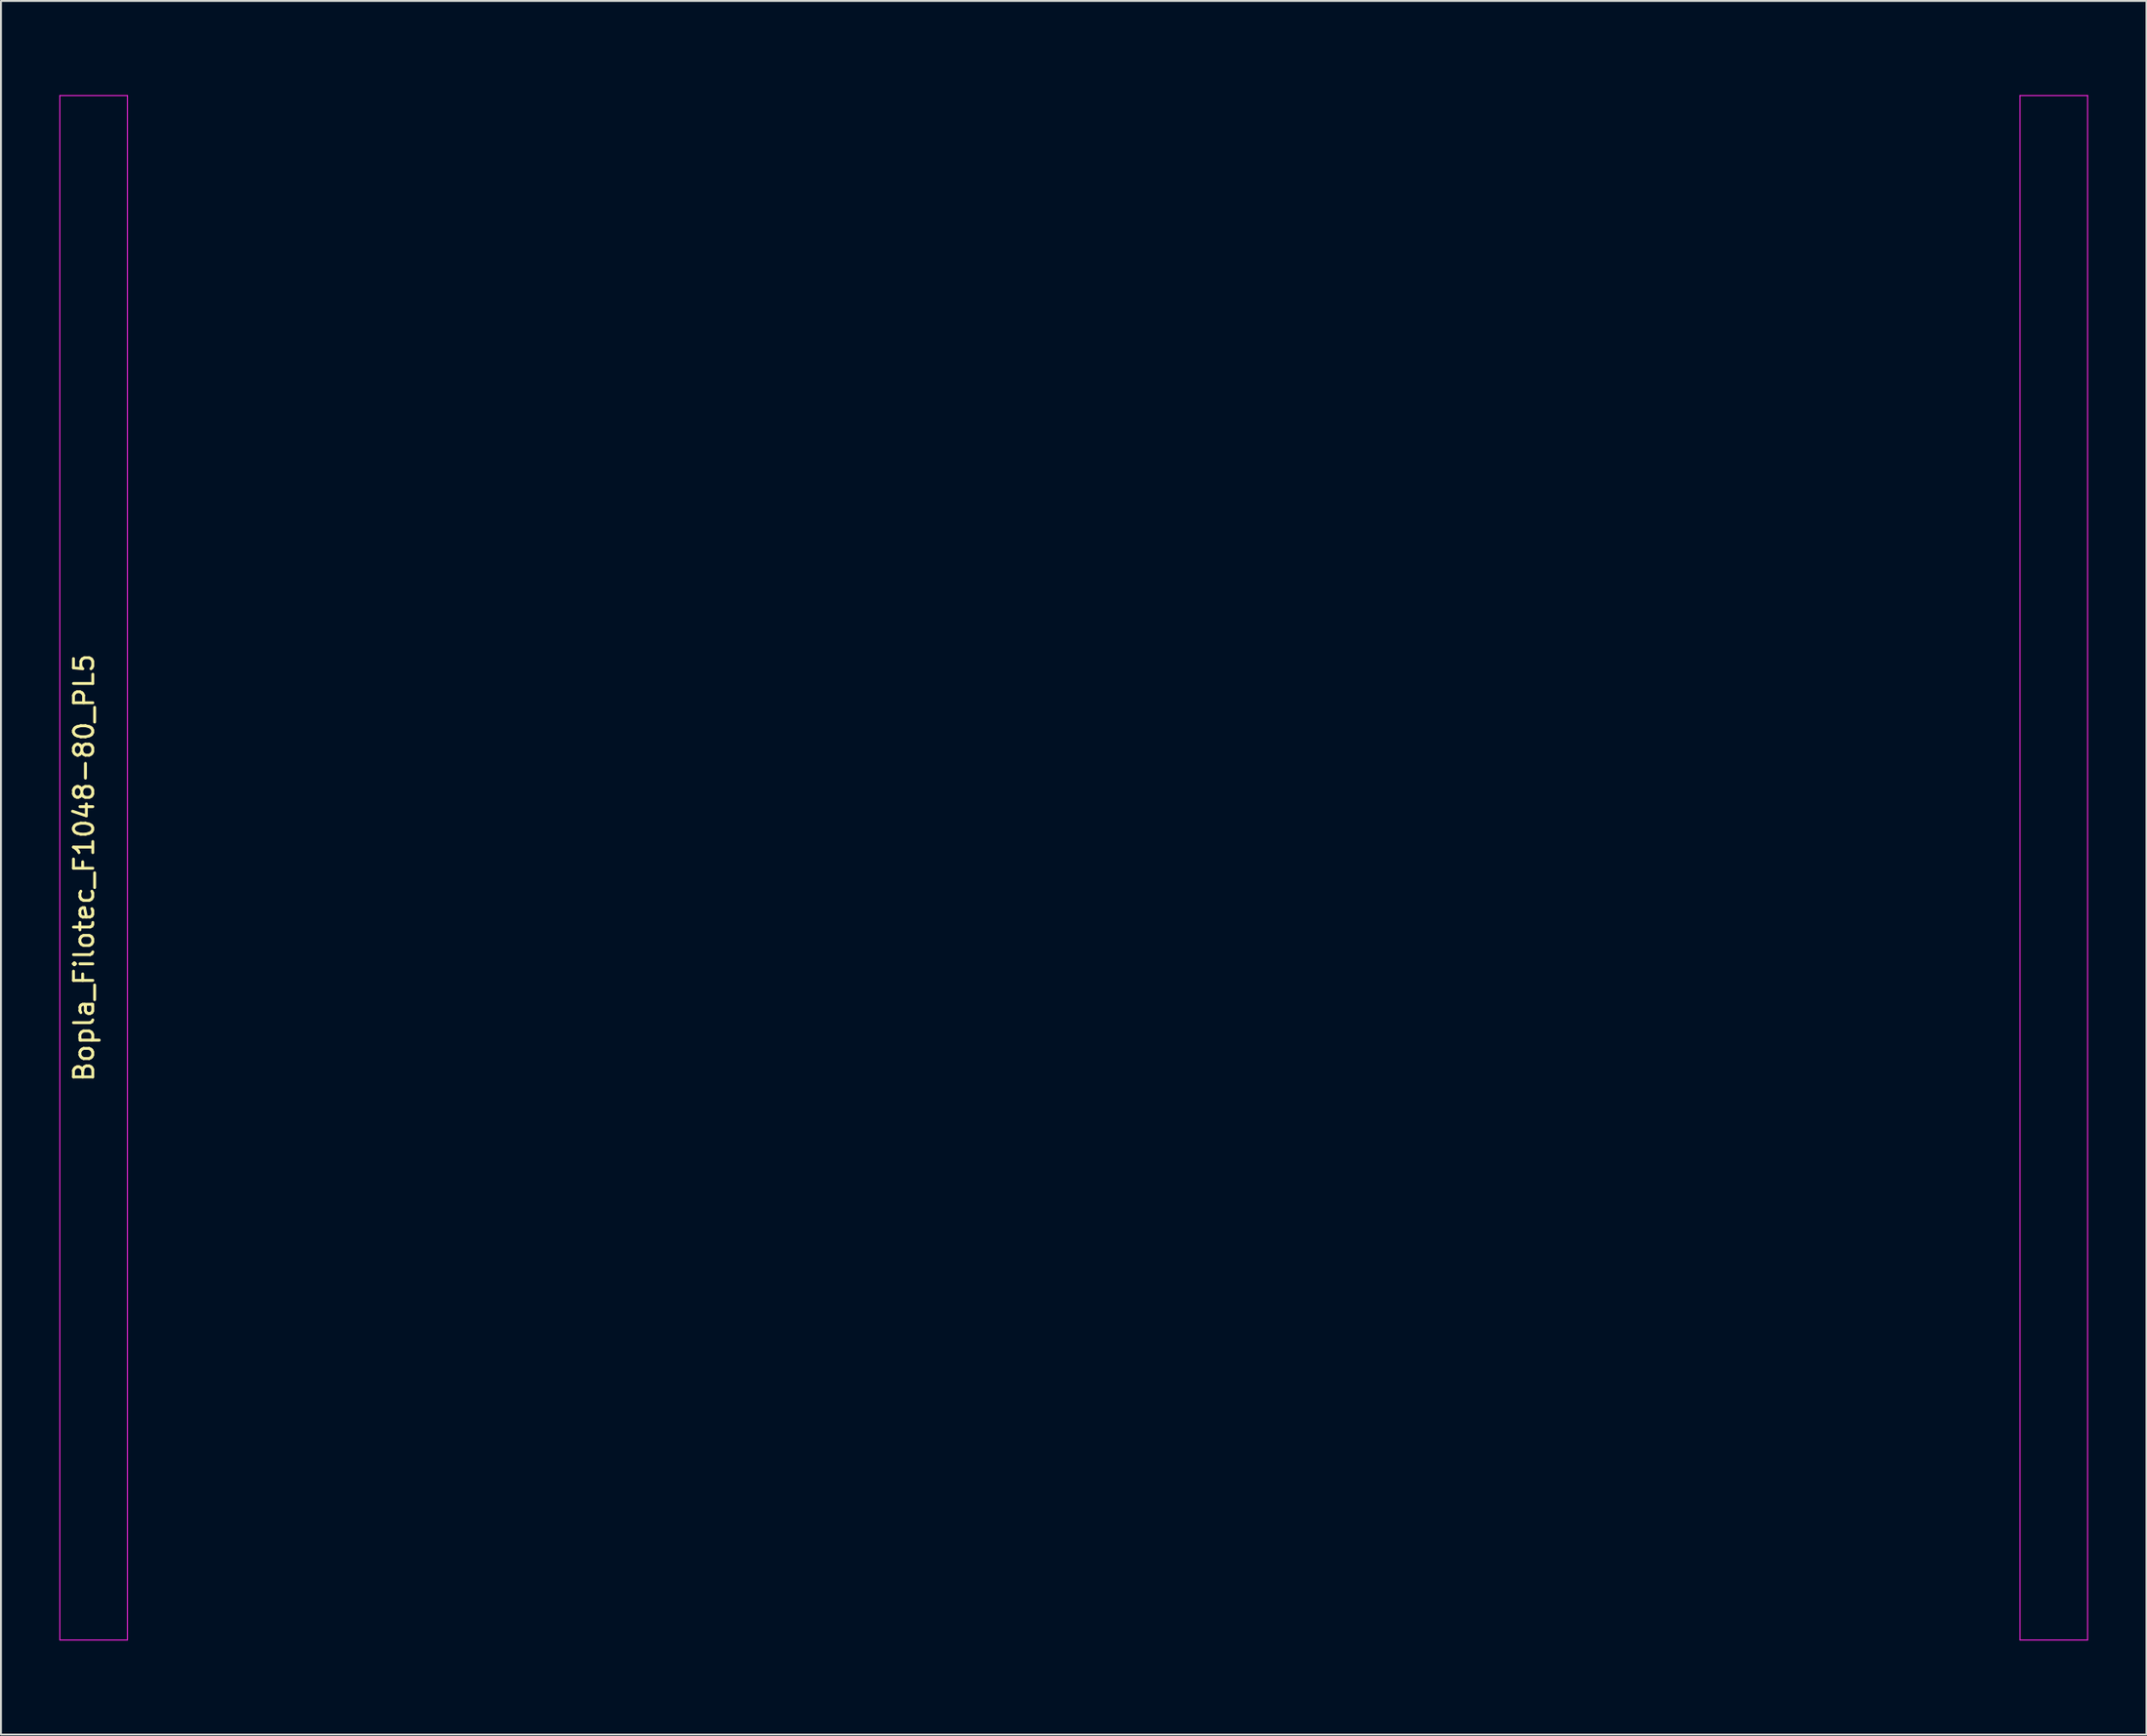
<source format=kicad_pcb>
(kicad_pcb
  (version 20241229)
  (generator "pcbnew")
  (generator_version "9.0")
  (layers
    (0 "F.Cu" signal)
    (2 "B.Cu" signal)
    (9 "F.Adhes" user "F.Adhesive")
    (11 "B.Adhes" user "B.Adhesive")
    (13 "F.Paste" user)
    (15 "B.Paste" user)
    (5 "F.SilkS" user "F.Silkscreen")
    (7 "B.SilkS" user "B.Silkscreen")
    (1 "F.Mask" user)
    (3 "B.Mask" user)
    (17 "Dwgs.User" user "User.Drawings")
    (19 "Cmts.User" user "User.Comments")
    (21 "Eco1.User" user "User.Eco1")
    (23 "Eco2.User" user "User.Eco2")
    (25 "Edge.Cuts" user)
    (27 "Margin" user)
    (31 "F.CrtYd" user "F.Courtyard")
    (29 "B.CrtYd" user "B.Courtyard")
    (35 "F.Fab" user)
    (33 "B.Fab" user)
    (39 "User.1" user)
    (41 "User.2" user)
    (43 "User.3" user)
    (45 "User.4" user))
  (footprint "Bopla_Filotec_F1048-80_PL5"
    (layer "F.Cu")
    (at 52.55 41.9)
    (property "Reference" "Bopla_Filotec_F1048-80_PL5" (at -51.25 0 90) (layer "F.SilkS") (effects (font (size 1 1) (thickness 0.15))))
    (attr exclude_from_pos_files exclude_from_bom)
    (fp_line (start -52.5 -40) (end -52.5 40) (stroke (width 0.1) (type solid)) (layer "Eco1.User"))
    (fp_line (start -52.5 -40) (end -50.25 -40) (stroke (width 0.1) (type solid)) (layer "Eco1.User"))
    (fp_line (start -52.5 40) (end -50.25 40) (stroke (width 0.1) (type solid)) (layer "Eco1.User"))
    (fp_line (start -51.25 -41.5) (end -51.25 -41.85) (stroke (width 0.1) (type solid)) (layer "Eco1.User"))
    (fp_line (start -51.25 -41.5) (end -51 -41.25) (stroke (width 0.1) (type solid)) (layer "Eco1.User"))
    (fp_line (start -51.25 41.5) (end -51.25 41.85) (stroke (width 0.1) (type solid)) (layer "Eco1.User"))
    (fp_line (start -51.25 41.5) (end -51 41.25) (stroke (width 0.1) (type solid)) (layer "Eco1.User"))
    (fp_line (start -50.75 -41) (end -50.5 -40.75) (stroke (width 0.1) (type solid)) (layer "Eco1.User"))
    (fp_line (start -50.75 41) (end -50.5 40.75) (stroke (width 0.1) (type solid)) (layer "Eco1.User"))
    (fp_line (start -50.6 -41.85) (end -50.85 -41.85) (stroke (width 0.1) (type solid)) (layer "Eco1.User"))
    (fp_line (start -50.6 -41.5) (end -50.85 -41.5) (stroke (width 0.1) (type solid)) (layer "Eco1.User"))
    (fp_line (start -50.6 41.5) (end -50.85 41.5) (stroke (width 0.1) (type solid)) (layer "Eco1.User"))
    (fp_line (start -50.6 41.85) (end -50.85 41.85) (stroke (width 0.1) (type solid)) (layer "Eco1.User"))
    (fp_line (start -50.25 -40.5) (end -50 -40.25) (stroke (width 0.1) (type solid)) (layer "Eco1.User"))
    (fp_line (start -50.25 -40) (end -50.25 40) (stroke (width 0.1) (type solid)) (layer "Eco1.User"))
    (fp_line (start -50.25 40.5) (end -50 40.25) (stroke (width 0.1) (type solid)) (layer "Eco1.User"))
    (fp_line (start -50.1 -41.85) (end -50.35 -41.85) (stroke (width 0.1) (type solid)) (layer "Eco1.User"))
    (fp_line (start -50.1 -41.5) (end -50.35 -41.5) (stroke (width 0.1) (type solid)) (layer "Eco1.User"))
    (fp_line (start -50.1 41.5) (end -50.35 41.5) (stroke (width 0.1) (type solid)) (layer "Eco1.User"))
    (fp_line (start -50.1 41.85) (end -50.35 41.85) (stroke (width 0.1) (type solid)) (layer "Eco1.User"))
    (fp_line (start -49.75 -40) (end -49.5 -39.75) (stroke (width 0.1) (type solid)) (layer "Eco1.User"))
    (fp_line (start -49.75 40) (end -49.5 39.75) (stroke (width 0.1) (type solid)) (layer "Eco1.User"))
    (fp_line (start -49.6 -41.85) (end -49.85 -41.85) (stroke (width 0.1) (type solid)) (layer "Eco1.User"))
    (fp_line (start -49.6 -41.5) (end -49.85 -41.5) (stroke (width 0.1) (type solid)) (layer "Eco1.User"))
    (fp_line (start -49.6 41.5) (end -49.85 41.5) (stroke (width 0.1) (type solid)) (layer "Eco1.User"))
    (fp_line (start -49.6 41.85) (end -49.85 41.85) (stroke (width 0.1) (type solid)) (layer "Eco1.User"))
    (fp_line (start -49.5 -39.6) (end -49.5 -39.35) (stroke (width 0.1) (type solid)) (layer "Eco1.User"))
    (fp_line (start -49.5 -39.1) (end -49.5 -38.85) (stroke (width 0.1) (type solid)) (layer "Eco1.User"))
    (fp_line (start -49.5 -38.6) (end -49.5 -38.35) (stroke (width 0.1) (type solid)) (layer "Eco1.User"))
    (fp_line (start -49.5 -38.1) (end -49.5 -37.85) (stroke (width 0.1) (type solid)) (layer "Eco1.User"))
    (fp_line (start -49.5 -37.6) (end -49.5 -37.35) (stroke (width 0.1) (type solid)) (layer "Eco1.User"))
    (fp_line (start -49.5 -37.1) (end -49.5 -36.85) (stroke (width 0.1) (type solid)) (layer "Eco1.User"))
    (fp_line (start -49.5 -36.6) (end -49.5 -36.35) (stroke (width 0.1) (type solid)) (layer "Eco1.User"))
    (fp_line (start -49.5 -36.1) (end -49.5 -35.85) (stroke (width 0.1) (type solid)) (layer "Eco1.User"))
    (fp_line (start -49.5 -35.6) (end -49.5 -35.35) (stroke (width 0.1) (type solid)) (layer "Eco1.User"))
    (fp_line (start -49.5 -35.1) (end -49.5 -34.85) (stroke (width 0.1) (type solid)) (layer "Eco1.User"))
    (fp_line (start -49.5 -34.6) (end -49.5 -34.35) (stroke (width 0.1) (type solid)) (layer "Eco1.User"))
    (fp_line (start -49.5 -34.1) (end -49.25 -33.85) (stroke (width 0.1) (type solid)) (layer "Eco1.User"))
    (fp_line (start -49.5 34.1) (end -49.25 33.85) (stroke (width 0.1) (type solid)) (layer "Eco1.User"))
    (fp_line (start -49.5 34.6) (end -49.5 34.35) (stroke (width 0.1) (type solid)) (layer "Eco1.User"))
    (fp_line (start -49.5 35.1) (end -49.5 34.85) (stroke (width 0.1) (type solid)) (layer "Eco1.User"))
    (fp_line (start -49.5 35.6) (end -49.5 35.35) (stroke (width 0.1) (type solid)) (layer "Eco1.User"))
    (fp_line (start -49.5 36.1) (end -49.5 35.85) (stroke (width 0.1) (type solid)) (layer "Eco1.User"))
    (fp_line (start -49.5 36.6) (end -49.5 36.35) (stroke (width 0.1) (type solid)) (layer "Eco1.User"))
    (fp_line (start -49.5 37.1) (end -49.5 36.85) (stroke (width 0.1) (type solid)) (layer "Eco1.User"))
    (fp_line (start -49.5 37.6) (end -49.5 37.35) (stroke (width 0.1) (type solid)) (layer "Eco1.User"))
    (fp_line (start -49.5 38.1) (end -49.5 37.85) (stroke (width 0.1) (type solid)) (layer "Eco1.User"))
    (fp_line (start -49.5 38.6) (end -49.5 38.35) (stroke (width 0.1) (type solid)) (layer "Eco1.User"))
    (fp_line (start -49.5 39.1) (end -49.5 38.85) (stroke (width 0.1) (type solid)) (layer "Eco1.User"))
    (fp_line (start -49.5 39.6) (end -49.5 39.35) (stroke (width 0.1) (type solid)) (layer "Eco1.User"))
    (fp_line (start -49.1 -41.85) (end -49.35 -41.85) (stroke (width 0.1) (type solid)) (layer "Eco1.User"))
    (fp_line (start -49.1 -41.5) (end -49.35 -41.5) (stroke (width 0.1) (type solid)) (layer "Eco1.User"))
    (fp_line (start -49.1 41.5) (end -49.35 41.5) (stroke (width 0.1) (type solid)) (layer "Eco1.User"))
    (fp_line (start -49.1 41.85) (end -49.35 41.85) (stroke (width 0.1) (type solid)) (layer "Eco1.User"))
    (fp_line (start -49 -40) (end -46.5 -40) (stroke (width 0.1) (type solid)) (layer "Eco1.User"))
    (fp_line (start -49 40) (end -49 -40) (stroke (width 0.1) (type solid)) (layer "Eco1.User"))
    (fp_line (start -49 40) (end -46.5 40) (stroke (width 0.1) (type solid)) (layer "Eco1.User"))
    (fp_line (start -48.6 -41.85) (end -48.85 -41.85) (stroke (width 0.1) (type solid)) (layer "Eco1.User"))
    (fp_line (start -48.6 -41.5) (end -48.85 -41.5) (stroke (width 0.1) (type solid)) (layer "Eco1.User"))
    (fp_line (start -48.6 41.5) (end -48.85 41.5) (stroke (width 0.1) (type solid)) (layer "Eco1.User"))
    (fp_line (start -48.6 41.85) (end -48.85 41.85) (stroke (width 0.1) (type solid)) (layer "Eco1.User"))
    (fp_line (start -48.15 -41.85) (end -48.4 -41.85) (stroke (width 0.1) (type solid)) (layer "Eco1.User"))
    (fp_line (start -48.15 -41.5) (end -48.4 -41.5) (stroke (width 0.1) (type solid)) (layer "Eco1.User"))
    (fp_line (start -48.15 41.5) (end -48.4 41.5) (stroke (width 0.1) (type solid)) (layer "Eco1.User"))
    (fp_line (start -48.15 41.85) (end -48.4 41.85) (stroke (width 0.1) (type solid)) (layer "Eco1.User"))
    (fp_line (start -47.65 -41.85) (end -47.9 -41.85) (stroke (width 0.1) (type solid)) (layer "Eco1.User"))
    (fp_line (start -47.65 -41.5) (end -47.9 -41.5) (stroke (width 0.1) (type solid)) (layer "Eco1.User"))
    (fp_line (start -47.65 41.5) (end -47.9 41.5) (stroke (width 0.1) (type solid)) (layer "Eco1.User"))
    (fp_line (start -47.65 41.85) (end -47.9 41.85) (stroke (width 0.1) (type solid)) (layer "Eco1.User"))
    (fp_line (start -47.5 -39.6) (end -47.5 -39.35) (stroke (width 0.1) (type solid)) (layer "Eco1.User"))
    (fp_line (start -47.5 -39.1) (end -47.5 -38.85) (stroke (width 0.1) (type solid)) (layer "Eco1.User"))
    (fp_line (start -47.5 -38.6) (end -47.5 -38.35) (stroke (width 0.1) (type solid)) (layer "Eco1.User"))
    (fp_line (start -47.5 -38.1) (end -47.5 -37.85) (stroke (width 0.1) (type solid)) (layer "Eco1.User"))
    (fp_line (start -47.5 -37.6) (end -47.5 -37.35) (stroke (width 0.1) (type solid)) (layer "Eco1.User"))
    (fp_line (start -47.5 -37.1) (end -47.5 -36.85) (stroke (width 0.1) (type solid)) (layer "Eco1.User"))
    (fp_line (start -47.5 -36.6) (end -47.5 -36.35) (stroke (width 0.1) (type solid)) (layer "Eco1.User"))
    (fp_line (start -47.5 -36.1) (end -47.5 -35.85) (stroke (width 0.1) (type solid)) (layer "Eco1.User"))
    (fp_line (start -47.5 -35.6) (end -47.5 -35.35) (stroke (width 0.1) (type solid)) (layer "Eco1.User"))
    (fp_line (start -47.5 -35.1) (end -47.5 -34.85) (stroke (width 0.1) (type solid)) (layer "Eco1.User"))
    (fp_line (start -47.5 -34.6) (end -47.5 -34.35) (stroke (width 0.1) (type solid)) (layer "Eco1.User"))
    (fp_line (start -47.5 -34.1) (end -47.75 -33.85) (stroke (width 0.1) (type solid)) (layer "Eco1.User"))
    (fp_line (start -47.5 34.1) (end -47.75 33.85) (stroke (width 0.1) (type solid)) (layer "Eco1.User"))
    (fp_line (start -47.5 34.6) (end -47.5 34.35) (stroke (width 0.1) (type solid)) (layer "Eco1.User"))
    (fp_line (start -47.5 35.1) (end -47.5 34.85) (stroke (width 0.1) (type solid)) (layer "Eco1.User"))
    (fp_line (start -47.5 35.6) (end -47.5 35.35) (stroke (width 0.1) (type solid)) (layer "Eco1.User"))
    (fp_line (start -47.5 36.1) (end -47.5 35.85) (stroke (width 0.1) (type solid)) (layer "Eco1.User"))
    (fp_line (start -47.5 36.6) (end -47.5 36.35) (stroke (width 0.1) (type solid)) (layer "Eco1.User"))
    (fp_line (start -47.5 37.1) (end -47.5 36.85) (stroke (width 0.1) (type solid)) (layer "Eco1.User"))
    (fp_line (start -47.5 37.6) (end -47.5 37.35) (stroke (width 0.1) (type solid)) (layer "Eco1.User"))
    (fp_line (start -47.5 38.1) (end -47.5 37.85) (stroke (width 0.1) (type solid)) (layer "Eco1.User"))
    (fp_line (start -47.5 38.6) (end -47.5 38.35) (stroke (width 0.1) (type solid)) (layer "Eco1.User"))
    (fp_line (start -47.5 39.1) (end -47.5 38.85) (stroke (width 0.1) (type solid)) (layer "Eco1.User"))
    (fp_line (start -47.5 39.6) (end -47.5 39.35) (stroke (width 0.1) (type solid)) (layer "Eco1.User"))
    (fp_line (start -47.25 -40) (end -47.5 -39.75) (stroke (width 0.1) (type solid)) (layer "Eco1.User"))
    (fp_line (start -47.25 40) (end -47.5 39.75) (stroke (width 0.1) (type solid)) (layer "Eco1.User"))
    (fp_line (start -47.15 -41.85) (end -47.4 -41.85) (stroke (width 0.1) (type solid)) (layer "Eco1.User"))
    (fp_line (start -47.15 -41.5) (end -47.4 -41.5) (stroke (width 0.1) (type solid)) (layer "Eco1.User"))
    (fp_line (start -47.15 41.5) (end -47.4 41.5) (stroke (width 0.1) (type solid)) (layer "Eco1.User"))
    (fp_line (start -47.15 41.85) (end -47.4 41.85) (stroke (width 0.1) (type solid)) (layer "Eco1.User"))
    (fp_line (start -46.75 -40.5) (end -47 -40.25) (stroke (width 0.1) (type solid)) (layer "Eco1.User"))
    (fp_line (start -46.75 40.5) (end -47 40.25) (stroke (width 0.1) (type solid)) (layer "Eco1.User"))
    (fp_line (start -46.65 -41.85) (end -46.9 -41.85) (stroke (width 0.1) (type solid)) (layer "Eco1.User"))
    (fp_line (start -46.65 -41.5) (end -46.9 -41.5) (stroke (width 0.1) (type solid)) (layer "Eco1.User"))
    (fp_line (start -46.65 41.5) (end -46.9 41.5) (stroke (width 0.1) (type solid)) (layer "Eco1.User"))
    (fp_line (start -46.65 41.85) (end -46.9 41.85) (stroke (width 0.1) (type solid)) (layer "Eco1.User"))
    (fp_line (start -46.5 40) (end -46.5 -40) (stroke (width 0.1) (type solid)) (layer "Eco1.User"))
    (fp_line (start -46.5 40) (end 46.5 40) (stroke (width 0.1) (type solid)) (layer "Eco1.User"))
    (fp_line (start -46.25 -41) (end -46.5 -40.75) (stroke (width 0.1) (type solid)) (layer "Eco1.User"))
    (fp_line (start -46.25 41) (end -46.5 40.75) (stroke (width 0.1) (type solid)) (layer "Eco1.User"))
    (fp_line (start -46.15 -41.85) (end -46.4 -41.85) (stroke (width 0.1) (type solid)) (layer "Eco1.User"))
    (fp_line (start -46.15 -41.5) (end -46.4 -41.5) (stroke (width 0.1) (type solid)) (layer "Eco1.User"))
    (fp_line (start -46.15 41.5) (end -46.4 41.5) (stroke (width 0.1) (type solid)) (layer "Eco1.User"))
    (fp_line (start -46.15 41.85) (end -46.4 41.85) (stroke (width 0.1) (type solid)) (layer "Eco1.User"))
    (fp_line (start -45.75 -41.5) (end -46 -41.25) (stroke (width 0.1) (type solid)) (layer "Eco1.User"))
    (fp_line (start -45.75 -41.5) (end -45.75 -41.85) (stroke (width 0.1) (type solid)) (layer "Eco1.User"))
    (fp_line (start -45.75 41.5) (end -46 41.25) (stroke (width 0.1) (type solid)) (layer "Eco1.User"))
    (fp_line (start -45.75 41.5) (end -45.75 41.85) (stroke (width 0.1) (type solid)) (layer "Eco1.User"))
    (fp_line (start 45.75 -41.5) (end 45.75 -41.85) (stroke (width 0.1) (type solid)) (layer "Eco1.User"))
    (fp_line (start 45.75 -41.5) (end 46 -41.25) (stroke (width 0.1) (type solid)) (layer "Eco1.User"))
    (fp_line (start 45.75 41.5) (end 45.75 41.85) (stroke (width 0.1) (type solid)) (layer "Eco1.User"))
    (fp_line (start 45.75 41.5) (end 46 41.25) (stroke (width 0.1) (type solid)) (layer "Eco1.User"))
    (fp_line (start 46.25 -41) (end 46.5 -40.75) (stroke (width 0.1) (type solid)) (layer "Eco1.User"))
    (fp_line (start 46.25 41) (end 46.5 40.75) (stroke (width 0.1) (type solid)) (layer "Eco1.User"))
    (fp_line (start 46.4 -41.85) (end 46.15 -41.85) (stroke (width 0.1) (type solid)) (layer "Eco1.User"))
    (fp_line (start 46.4 -41.5) (end 46.15 -41.5) (stroke (width 0.1) (type solid)) (layer "Eco1.User"))
    (fp_line (start 46.4 41.5) (end 46.15 41.5) (stroke (width 0.1) (type solid)) (layer "Eco1.User"))
    (fp_line (start 46.4 41.85) (end 46.15 41.85) (stroke (width 0.1) (type solid)) (layer "Eco1.User"))
    (fp_line (start 46.5 -40) (end -46.5 -40) (stroke (width 0.1) (type solid)) (layer "Eco1.User"))
    (fp_line (start 46.5 -40) (end 46.5 40) (stroke (width 0.1) (type solid)) (layer "Eco1.User"))
    (fp_line (start 46.75 -40.5) (end 47 -40.25) (stroke (width 0.1) (type solid)) (layer "Eco1.User"))
    (fp_line (start 46.75 40.5) (end 47 40.25) (stroke (width 0.1) (type solid)) (layer "Eco1.User"))
    (fp_line (start 46.9 -41.85) (end 46.65 -41.85) (stroke (width 0.1) (type solid)) (layer "Eco1.User"))
    (fp_line (start 46.9 -41.5) (end 46.65 -41.5) (stroke (width 0.1) (type solid)) (layer "Eco1.User"))
    (fp_line (start 46.9 41.5) (end 46.65 41.5) (stroke (width 0.1) (type solid)) (layer "Eco1.User"))
    (fp_line (start 46.9 41.85) (end 46.65 41.85) (stroke (width 0.1) (type solid)) (layer "Eco1.User"))
    (fp_line (start 47.25 -40) (end 47.5 -39.75) (stroke (width 0.1) (type solid)) (layer "Eco1.User"))
    (fp_line (start 47.25 40) (end 47.5 39.75) (stroke (width 0.1) (type solid)) (layer "Eco1.User"))
    (fp_line (start 47.4 -41.85) (end 47.15 -41.85) (stroke (width 0.1) (type solid)) (layer "Eco1.User"))
    (fp_line (start 47.4 -41.5) (end 47.15 -41.5) (stroke (width 0.1) (type solid)) (layer "Eco1.User"))
    (fp_line (start 47.4 41.5) (end 47.15 41.5) (stroke (width 0.1) (type solid)) (layer "Eco1.User"))
    (fp_line (start 47.4 41.85) (end 47.15 41.85) (stroke (width 0.1) (type solid)) (layer "Eco1.User"))
    (fp_line (start 47.5 -39.6) (end 47.5 -39.35) (stroke (width 0.1) (type solid)) (layer "Eco1.User"))
    (fp_line (start 47.5 -39.1) (end 47.5 -38.85) (stroke (width 0.1) (type solid)) (layer "Eco1.User"))
    (fp_line (start 47.5 -38.6) (end 47.5 -38.35) (stroke (width 0.1) (type solid)) (layer "Eco1.User"))
    (fp_line (start 47.5 -38.1) (end 47.5 -37.85) (stroke (width 0.1) (type solid)) (layer "Eco1.User"))
    (fp_line (start 47.5 -37.6) (end 47.5 -37.35) (stroke (width 0.1) (type solid)) (layer "Eco1.User"))
    (fp_line (start 47.5 -37.1) (end 47.5 -36.85) (stroke (width 0.1) (type solid)) (layer "Eco1.User"))
    (fp_line (start 47.5 -36.6) (end 47.5 -36.35) (stroke (width 0.1) (type solid)) (layer "Eco1.User"))
    (fp_line (start 47.5 -36.1) (end 47.5 -35.85) (stroke (width 0.1) (type solid)) (layer "Eco1.User"))
    (fp_line (start 47.5 -35.6) (end 47.5 -35.35) (stroke (width 0.1) (type solid)) (layer "Eco1.User"))
    (fp_line (start 47.5 -35.1) (end 47.5 -34.85) (stroke (width 0.1) (type solid)) (layer "Eco1.User"))
    (fp_line (start 47.5 -34.6) (end 47.5 -34.35) (stroke (width 0.1) (type solid)) (layer "Eco1.User"))
    (fp_line (start 47.5 -34.1) (end 47.75 -33.85) (stroke (width 0.1) (type solid)) (layer "Eco1.User"))
    (fp_line (start 47.5 34.1) (end 47.75 33.85) (stroke (width 0.1) (type solid)) (layer "Eco1.User"))
    (fp_line (start 47.5 34.6) (end 47.5 34.35) (stroke (width 0.1) (type solid)) (layer "Eco1.User"))
    (fp_line (start 47.5 35.1) (end 47.5 34.85) (stroke (width 0.1) (type solid)) (layer "Eco1.User"))
    (fp_line (start 47.5 35.6) (end 47.5 35.35) (stroke (width 0.1) (type solid)) (layer "Eco1.User"))
    (fp_line (start 47.5 36.1) (end 47.5 35.85) (stroke (width 0.1) (type solid)) (layer "Eco1.User"))
    (fp_line (start 47.5 36.6) (end 47.5 36.35) (stroke (width 0.1) (type solid)) (layer "Eco1.User"))
    (fp_line (start 47.5 37.1) (end 47.5 36.85) (stroke (width 0.1) (type solid)) (layer "Eco1.User"))
    (fp_line (start 47.5 37.6) (end 47.5 37.35) (stroke (width 0.1) (type solid)) (layer "Eco1.User"))
    (fp_line (start 47.5 38.1) (end 47.5 37.85) (stroke (width 0.1) (type solid)) (layer "Eco1.User"))
    (fp_line (start 47.5 38.6) (end 47.5 38.35) (stroke (width 0.1) (type solid)) (layer "Eco1.User"))
    (fp_line (start 47.5 39.1) (end 47.5 38.85) (stroke (width 0.1) (type solid)) (layer "Eco1.User"))
    (fp_line (start 47.5 39.6) (end 47.5 39.35) (stroke (width 0.1) (type solid)) (layer "Eco1.User"))
    (fp_line (start 47.9 -41.85) (end 47.65 -41.85) (stroke (width 0.1) (type solid)) (layer "Eco1.User"))
    (fp_line (start 47.9 -41.5) (end 47.65 -41.5) (stroke (width 0.1) (type solid)) (layer "Eco1.User"))
    (fp_line (start 47.9 41.5) (end 47.65 41.5) (stroke (width 0.1) (type solid)) (layer "Eco1.User"))
    (fp_line (start 47.9 41.85) (end 47.65 41.85) (stroke (width 0.1) (type solid)) (layer "Eco1.User"))
    (fp_line (start 48.4 -41.85) (end 48.15 -41.85) (stroke (width 0.1) (type solid)) (layer "Eco1.User"))
    (fp_line (start 48.4 -41.5) (end 48.15 -41.5) (stroke (width 0.1) (type solid)) (layer "Eco1.User"))
    (fp_line (start 48.4 41.5) (end 48.15 41.5) (stroke (width 0.1) (type solid)) (layer "Eco1.User"))
    (fp_line (start 48.4 41.85) (end 48.15 41.85) (stroke (width 0.1) (type solid)) (layer "Eco1.User"))
    (fp_line (start 48.85 -41.85) (end 48.6 -41.85) (stroke (width 0.1) (type solid)) (layer "Eco1.User"))
    (fp_line (start 48.85 -41.5) (end 48.6 -41.5) (stroke (width 0.1) (type solid)) (layer "Eco1.User"))
    (fp_line (start 48.85 41.5) (end 48.6 41.5) (stroke (width 0.1) (type solid)) (layer "Eco1.User"))
    (fp_line (start 48.85 41.85) (end 48.6 41.85) (stroke (width 0.1) (type solid)) (layer "Eco1.User"))
    (fp_line (start 49 -40) (end 46.5 -40) (stroke (width 0.1) (type solid)) (layer "Eco1.User"))
    (fp_line (start 49 -40) (end 49 40) (stroke (width 0.1) (type solid)) (layer "Eco1.User"))
    (fp_line (start 49 40) (end 46.5 40) (stroke (width 0.1) (type solid)) (layer "Eco1.User"))
    (fp_line (start 49.35 -41.85) (end 49.1 -41.85) (stroke (width 0.1) (type solid)) (layer "Eco1.User"))
    (fp_line (start 49.35 -41.5) (end 49.1 -41.5) (stroke (width 0.1) (type solid)) (layer "Eco1.User"))
    (fp_line (start 49.35 41.5) (end 49.1 41.5) (stroke (width 0.1) (type solid)) (layer "Eco1.User"))
    (fp_line (start 49.35 41.85) (end 49.1 41.85) (stroke (width 0.1) (type solid)) (layer "Eco1.User"))
    (fp_line (start 49.5 -39.6) (end 49.5 -39.35) (stroke (width 0.1) (type solid)) (layer "Eco1.User"))
    (fp_line (start 49.5 -39.1) (end 49.5 -38.85) (stroke (width 0.1) (type solid)) (layer "Eco1.User"))
    (fp_line (start 49.5 -38.6) (end 49.5 -38.35) (stroke (width 0.1) (type solid)) (layer "Eco1.User"))
    (fp_line (start 49.5 -38.1) (end 49.5 -37.85) (stroke (width 0.1) (type solid)) (layer "Eco1.User"))
    (fp_line (start 49.5 -37.6) (end 49.5 -37.35) (stroke (width 0.1) (type solid)) (layer "Eco1.User"))
    (fp_line (start 49.5 -37.1) (end 49.5 -36.85) (stroke (width 0.1) (type solid)) (layer "Eco1.User"))
    (fp_line (start 49.5 -36.6) (end 49.5 -36.35) (stroke (width 0.1) (type solid)) (layer "Eco1.User"))
    (fp_line (start 49.5 -36.1) (end 49.5 -35.85) (stroke (width 0.1) (type solid)) (layer "Eco1.User"))
    (fp_line (start 49.5 -35.6) (end 49.5 -35.35) (stroke (width 0.1) (type solid)) (layer "Eco1.User"))
    (fp_line (start 49.5 -35.1) (end 49.5 -34.85) (stroke (width 0.1) (type solid)) (layer "Eco1.User"))
    (fp_line (start 49.5 -34.6) (end 49.5 -34.35) (stroke (width 0.1) (type solid)) (layer "Eco1.User"))
    (fp_line (start 49.5 -34.1) (end 49.25 -33.85) (stroke (width 0.1) (type solid)) (layer "Eco1.User"))
    (fp_line (start 49.5 34.1) (end 49.25 33.85) (stroke (width 0.1) (type solid)) (layer "Eco1.User"))
    (fp_line (start 49.5 34.6) (end 49.5 34.35) (stroke (width 0.1) (type solid)) (layer "Eco1.User"))
    (fp_line (start 49.5 35.1) (end 49.5 34.85) (stroke (width 0.1) (type solid)) (layer "Eco1.User"))
    (fp_line (start 49.5 35.6) (end 49.5 35.35) (stroke (width 0.1) (type solid)) (layer "Eco1.User"))
    (fp_line (start 49.5 36.1) (end 49.5 35.85) (stroke (width 0.1) (type solid)) (layer "Eco1.User"))
    (fp_line (start 49.5 36.6) (end 49.5 36.35) (stroke (width 0.1) (type solid)) (layer "Eco1.User"))
    (fp_line (start 49.5 37.1) (end 49.5 36.85) (stroke (width 0.1) (type solid)) (layer "Eco1.User"))
    (fp_line (start 49.5 37.6) (end 49.5 37.35) (stroke (width 0.1) (type solid)) (layer "Eco1.User"))
    (fp_line (start 49.5 38.1) (end 49.5 37.85) (stroke (width 0.1) (type solid)) (layer "Eco1.User"))
    (fp_line (start 49.5 38.6) (end 49.5 38.35) (stroke (width 0.1) (type solid)) (layer "Eco1.User"))
    (fp_line (start 49.5 39.1) (end 49.5 38.85) (stroke (width 0.1) (type solid)) (layer "Eco1.User"))
    (fp_line (start 49.5 39.6) (end 49.5 39.35) (stroke (width 0.1) (type solid)) (layer "Eco1.User"))
    (fp_line (start 49.75 -40) (end 49.5 -39.75) (stroke (width 0.1) (type solid)) (layer "Eco1.User"))
    (fp_line (start 49.75 40) (end 49.5 39.75) (stroke (width 0.1) (type solid)) (layer "Eco1.User"))
    (fp_line (start 49.85 -41.85) (end 49.6 -41.85) (stroke (width 0.1) (type solid)) (layer "Eco1.User"))
    (fp_line (start 49.85 -41.5) (end 49.6 -41.5) (stroke (width 0.1) (type solid)) (layer "Eco1.User"))
    (fp_line (start 49.85 41.5) (end 49.6 41.5) (stroke (width 0.1) (type solid)) (layer "Eco1.User"))
    (fp_line (start 49.85 41.85) (end 49.6 41.85) (stroke (width 0.1) (type solid)) (layer "Eco1.User"))
    (fp_line (start 50.25 -40.5) (end 50 -40.25) (stroke (width 0.1) (type solid)) (layer "Eco1.User"))
    (fp_line (start 50.25 -40) (end 52.5 -40) (stroke (width 0.1) (type solid)) (layer "Eco1.User"))
    (fp_line (start 50.25 40) (end 50.25 -40) (stroke (width 0.1) (type solid)) (layer "Eco1.User"))
    (fp_line (start 50.25 40) (end 52.5 40) (stroke (width 0.1) (type solid)) (layer "Eco1.User"))
    (fp_line (start 50.25 40.5) (end 50 40.25) (stroke (width 0.1) (type solid)) (layer "Eco1.User"))
    (fp_line (start 50.35 -41.85) (end 50.1 -41.85) (stroke (width 0.1) (type solid)) (layer "Eco1.User"))
    (fp_line (start 50.35 -41.5) (end 50.1 -41.5) (stroke (width 0.1) (type solid)) (layer "Eco1.User"))
    (fp_line (start 50.35 41.5) (end 50.1 41.5) (stroke (width 0.1) (type solid)) (layer "Eco1.User"))
    (fp_line (start 50.35 41.85) (end 50.1 41.85) (stroke (width 0.1) (type solid)) (layer "Eco1.User"))
    (fp_line (start 50.75 -41) (end 50.5 -40.75) (stroke (width 0.1) (type solid)) (layer "Eco1.User"))
    (fp_line (start 50.75 41) (end 50.5 40.75) (stroke (width 0.1) (type solid)) (layer "Eco1.User"))
    (fp_line (start 50.85 -41.85) (end 50.6 -41.85) (stroke (width 0.1) (type solid)) (layer "Eco1.User"))
    (fp_line (start 50.85 -41.5) (end 50.6 -41.5) (stroke (width 0.1) (type solid)) (layer "Eco1.User"))
    (fp_line (start 50.85 41.5) (end 50.6 41.5) (stroke (width 0.1) (type solid)) (layer "Eco1.User"))
    (fp_line (start 50.85 41.85) (end 50.6 41.85) (stroke (width 0.1) (type solid)) (layer "Eco1.User"))
    (fp_line (start 51.25 -41.5) (end 51 -41.25) (stroke (width 0.1) (type solid)) (layer "Eco1.User"))
    (fp_line (start 51.25 -41.5) (end 51.25 -41.85) (stroke (width 0.1) (type solid)) (layer "Eco1.User"))
    (fp_line (start 51.25 41.5) (end 51 41.25) (stroke (width 0.1) (type solid)) (layer "Eco1.User"))
    (fp_line (start 51.25 41.5) (end 51.25 41.85) (stroke (width 0.1) (type solid)) (layer "Eco1.User"))
    (fp_line (start 52.5 -40) (end 52.5 40) (stroke (width 0.1) (type solid)) (layer "Eco1.User"))
    (fp_line (start -52.5 -40) (end -52.5 40) (stroke (width 0.05) (type solid)) (layer "F.CrtYd"))
    (fp_line (start -52.5 40) (end -49 40) (stroke (width 0.05) (type solid)) (layer "F.CrtYd"))
    (fp_line (start -49 -40) (end -52.5 -40) (stroke (width 0.05) (type solid)) (layer "F.CrtYd"))
    (fp_line (start -49 40) (end -49 -40) (stroke (width 0.05) (type solid)) (layer "F.CrtYd"))
    (fp_line (start 49 -40) (end 52.5 -40) (stroke (width 0.05) (type solid)) (layer "F.CrtYd"))
    (fp_line (start 49 40) (end 49 -40) (stroke (width 0.05) (type solid)) (layer "F.CrtYd"))
    (fp_line (start 52.5 -40) (end 52.5 40) (stroke (width 0.05) (type solid)) (layer "F.CrtYd"))
    (fp_line (start 52.5 40) (end 49 40) (stroke (width 0.05) (type solid)) (layer "F.CrtYd")))
  (gr_rect
    (start -3 -3)
    (end 108.1 86.8)
    (stroke (width 0.1) (type default))
    (fill no)
    (layer "Edge.Cuts")))
</source>
